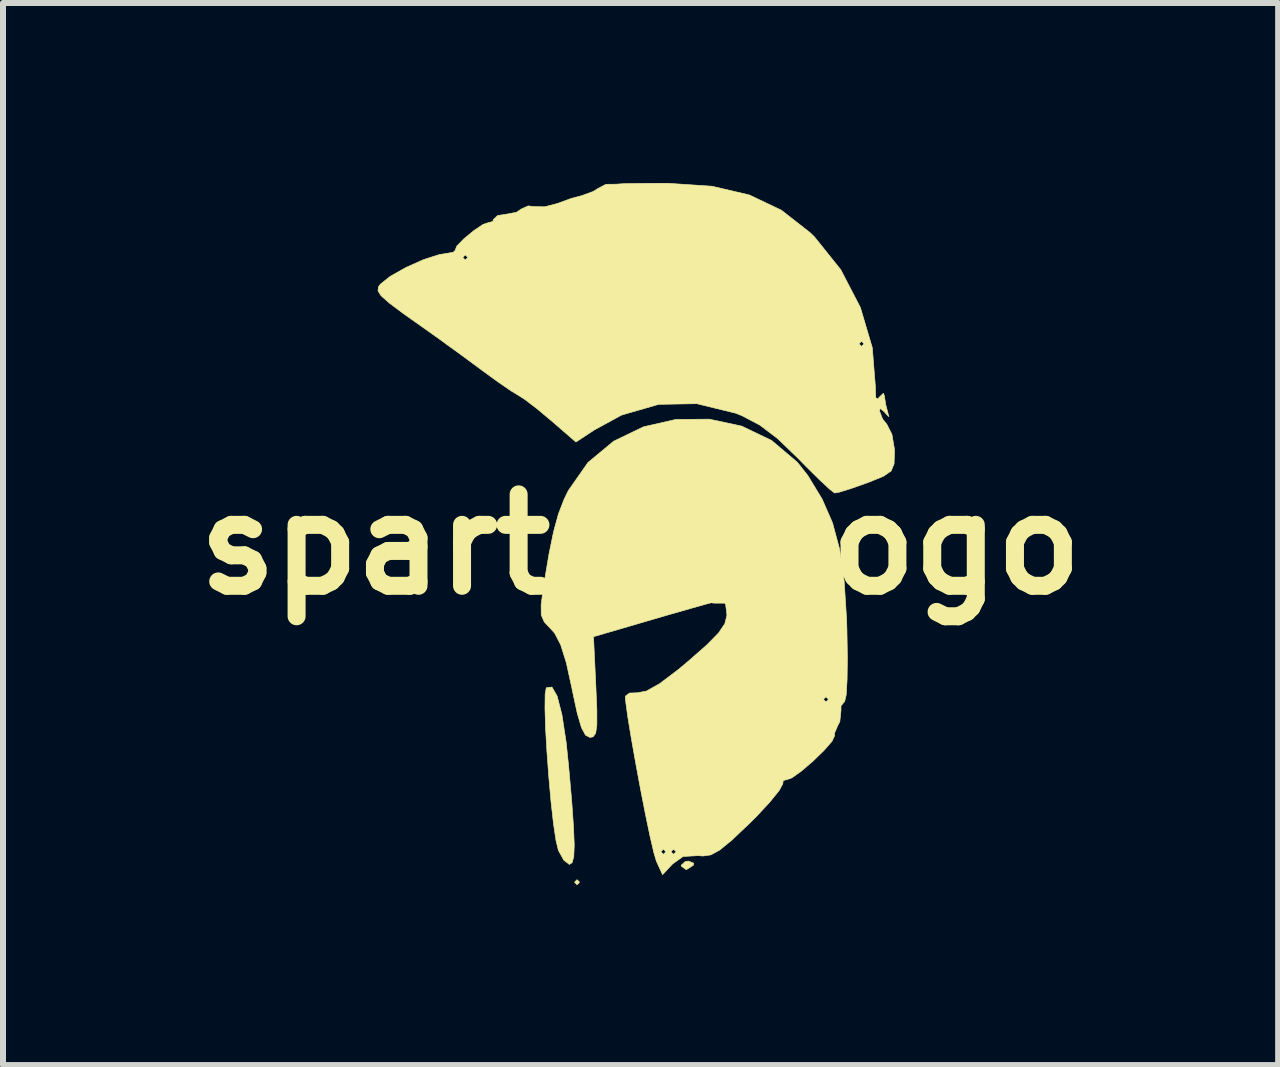
<source format=kicad_pcb>
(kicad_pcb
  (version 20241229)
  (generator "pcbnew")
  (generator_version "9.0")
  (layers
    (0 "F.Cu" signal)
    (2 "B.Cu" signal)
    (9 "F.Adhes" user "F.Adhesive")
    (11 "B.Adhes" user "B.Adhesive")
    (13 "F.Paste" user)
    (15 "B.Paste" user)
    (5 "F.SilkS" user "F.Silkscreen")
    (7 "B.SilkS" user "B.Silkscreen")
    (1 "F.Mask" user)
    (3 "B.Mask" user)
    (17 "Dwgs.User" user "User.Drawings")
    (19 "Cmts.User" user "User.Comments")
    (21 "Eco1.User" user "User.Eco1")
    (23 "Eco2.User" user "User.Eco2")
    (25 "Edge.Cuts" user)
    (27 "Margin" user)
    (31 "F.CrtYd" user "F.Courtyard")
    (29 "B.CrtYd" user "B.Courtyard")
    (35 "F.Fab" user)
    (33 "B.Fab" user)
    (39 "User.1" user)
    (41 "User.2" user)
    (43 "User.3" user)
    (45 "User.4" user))
  (footprint "spartan_logo"
    (layer "F.Cu")
    (at 7.627 6.025)
    (property "Reference" "spartan_logo" (at 0 0 0) (layer "F.SilkS") (effects (font (size 1.524 1.524) (thickness 0.3))))
    (attr through_hole)
    (fp_poly (pts (xy -1.016 5.63) (xy -1.058 5.673) (xy -1.101 5.63) (xy -1.058 5.588) (xy -1.016 5.63)) (stroke (width 0.01) (type solid)) (fill yes) (layer "F.SilkS"))
    (fp_poly (pts (xy 0.886 5.314) (xy 0.88 5.348) (xy 0.769 5.418) (xy 0.757 5.419) (xy 0.679 5.362) (xy 0.677 5.348) (xy 0.746 5.285) (xy 0.801 5.278) (xy 0.886 5.314)) (stroke (width 0.01) (type solid)) (fill yes) (layer "F.SilkS"))
    (fp_poly (pts (xy -1.39 2.528) (xy -1.31 2.839) (xy -1.239 3.304) (xy -1.198 3.703) (xy -1.147 4.282) (xy -1.117 4.712) (xy -1.105 5.012) (xy -1.113 5.203) (xy -1.14 5.304) (xy -1.186 5.334) (xy -1.187 5.334) (xy -1.278 5.264) (xy -1.369 5.101) (xy -1.409 4.937) (xy -1.451 4.655) (xy -1.492 4.291) (xy -1.529 3.88) (xy -1.56 3.459) (xy -1.583 3.064) (xy -1.593 2.73) (xy -1.59 2.492) (xy -1.571 2.389) (xy -1.477 2.377) (xy -1.39 2.528)) (stroke (width 0.01) (type solid)) (fill yes) (layer "F.SilkS"))
    (fp_poly (pts (xy 0.452 -6.02) (xy 1.19 -5.971) (xy 1.812 -5.826) (xy 2.347 -5.572) (xy 2.824 -5.199) (xy 2.899 -5.127) (xy 3.338 -4.579) (xy 3.665 -3.949) (xy 3.863 -3.279) (xy 3.915 -2.627) (xy 3.92 -2.448) (xy 3.957 -2.424) (xy 3.983 -2.458) (xy 4.048 -2.52) (xy 4.063 -2.483) (xy 4.089 -2.322) (xy 4.114 -2.229) (xy 4.139 -2.129) (xy 4.09 -2.178) (xy 4.073 -2.201) (xy 3.998 -2.267) (xy 3.981 -2.229) (xy 4.034 -2.092) (xy 4.106 -2.002) (xy 4.19 -1.836) (xy 4.232 -1.589) (xy 4.233 -1.536) (xy 4.226 -1.344) (xy 4.178 -1.225) (xy 4.051 -1.137) (xy 3.808 -1.038) (xy 3.764 -1.022) (xy 3.504 -0.93) (xy 3.309 -0.87) (xy 3.235 -0.857) (xy 3.154 -0.919) (xy 2.985 -1.076) (xy 2.758 -1.3) (xy 2.625 -1.436) (xy 2.285 -1.764) (xy 1.99 -1.988) (xy 1.692 -2.145) (xy 1.584 -2.188) (xy 0.938 -2.346) (xy 0.304 -2.335) (xy -0.314 -2.157) (xy -0.771 -1.908) (xy -1.077 -1.707) (xy -1.491 -2.066) (xy -1.726 -2.262) (xy -1.925 -2.414) (xy -2.032 -2.483) (xy -2.159 -2.56) (xy -2.376 -2.709) (xy -2.639 -2.9) (xy -2.667 -2.921) (xy -2.995 -3.163) (xy -3.245 -3.344) (xy 3.641 -3.344) (xy 3.683 -3.302) (xy 3.725 -3.344) (xy 3.683 -3.387) (xy 3.641 -3.344) (xy -3.245 -3.344) (xy -3.342 -3.415) (xy -3.598 -3.597) (xy -3.955 -3.849) (xy -4.19 -4.025) (xy -4.325 -4.145) (xy -4.377 -4.228) (xy -4.368 -4.294) (xy -4.339 -4.336) (xy -4.172 -4.469) (xy -3.908 -4.618) (xy -3.613 -4.749) (xy -3.504 -4.784) (xy -2.963 -4.784) (xy -2.921 -4.741) (xy -2.879 -4.784) (xy -2.921 -4.826) (xy -2.963 -4.784) (xy -3.504 -4.784) (xy -3.353 -4.832) (xy -3.276 -4.844) (xy -3.126 -4.869) (xy -3.092 -4.898) (xy -3.064 -4.972) (xy -2.943 -5.096) (xy -2.779 -5.231) (xy -2.624 -5.335) (xy -2.526 -5.367) (xy -2.522 -5.365) (xy -2.459 -5.387) (xy -2.455 -5.414) (xy -2.383 -5.482) (xy -2.249 -5.503) (xy -2.068 -5.536) (xy -1.988 -5.591) (xy -1.873 -5.643) (xy -1.782 -5.632) (xy -1.598 -5.628) (xy -1.387 -5.683) (xy -1.156 -5.767) (xy -0.98 -5.814) (xy -0.788 -5.884) (xy -0.714 -5.931) (xy -0.581 -6.001) (xy -0.538 -6.004) (xy -0.39 -6.005) (xy -0.381 -6.007) (xy -0.263 -6.014) (xy -0.019 -6.018) (xy 0.305 -6.02) (xy 0.452 -6.02)) (stroke (width 0.01) (type solid)) (fill yes) (layer "F.SilkS"))
    (fp_poly (pts (xy 1.687 -1.972) (xy 2.185 -1.733) (xy 2.614 -1.37) (xy 2.789 -1.148) (xy 3.026 -0.758) (xy 3.2 -0.36) (xy 3.319 0.082) (xy 3.394 0.608) (xy 3.435 1.255) (xy 3.44 1.418) (xy 3.448 1.883) (xy 3.443 2.255) (xy 3.428 2.508) (xy 3.402 2.621) (xy 3.395 2.625) (xy 3.341 2.693) (xy 3.341 2.773) (xy 3.322 2.954) (xy 3.288 3.018) (xy 3.232 3.149) (xy 3.235 3.187) (xy 3.193 3.279) (xy 3.06 3.432) (xy 2.877 3.61) (xy 2.684 3.776) (xy 2.521 3.892) (xy 2.429 3.924) (xy 2.426 3.922) (xy 2.378 3.937) (xy 2.371 3.99) (xy 2.313 4.099) (xy 2.158 4.291) (xy 1.934 4.533) (xy 1.796 4.669) (xy 1.517 4.933) (xy 1.32 5.094) (xy 1.172 5.175) (xy 1.039 5.194) (xy 0.961 5.187) (xy 0.708 5.202) (xy 0.533 5.327) (xy 0.367 5.505) (xy 0.263 5.277) (xy 0.221 5.135) (xy 0.218 5.122) (xy 0.339 5.122) (xy 0.381 5.165) (xy 0.423 5.122) (xy 0.508 5.122) (xy 0.55 5.165) (xy 0.593 5.122) (xy 0.55 5.08) (xy 0.508 5.122) (xy 0.423 5.122) (xy 0.381 5.08) (xy 0.339 5.122) (xy 0.218 5.122) (xy 0.158 4.863) (xy 0.082 4.5) (xy 0.000444 4.082) (xy -0.08 3.649) (xy -0.153 3.237) (xy -0.211 2.885) (xy -0.246 2.63) (xy -0.25 2.582) (xy 3.048 2.582) (xy 3.09 2.625) (xy 3.133 2.582) (xy 3.09 2.54) (xy 3.048 2.582) (xy -0.25 2.582) (xy -0.254 2.53) (xy -0.183 2.477) (xy -0.054 2.473) (xy 0.099 2.444) (xy 0.321 2.319) (xy 0.63 2.085) (xy 0.793 1.949) (xy 1.104 1.676) (xy 1.301 1.475) (xy 1.405 1.321) (xy 1.439 1.185) (xy 1.439 1.166) (xy 1.418 0.996) (xy 1.37 0.931) (xy 1.324 0.937) (xy 1.233 0.957) (xy 1.076 0.999) (xy 0.83 1.069) (xy 0.472 1.171) (xy -0.018 1.314) (xy -0.201 1.368) (xy -0.784 1.538) (xy -0.744 2.378) (xy -0.728 2.764) (xy -0.728 3.011) (xy -0.748 3.148) (xy -0.791 3.207) (xy -0.843 3.217) (xy -0.917 3.18) (xy -0.985 3.053) (xy -1.056 2.809) (xy -1.139 2.424) (xy -1.143 2.401) (xy -1.238 1.969) (xy -1.331 1.673) (xy -1.431 1.48) (xy -1.501 1.402) (xy -1.605 1.292) (xy -1.655 1.177) (xy -1.657 1.007) (xy -1.621 0.73) (xy -1.612 0.673) (xy -1.527 0.165) (xy -1.449 -0.215) (xy -1.369 -0.507) (xy -1.275 -0.751) (xy -1.204 -0.897) (xy -0.876 -1.366) (xy -0.448 -1.721) (xy 0.05 -1.961) (xy 0.591 -2.084) (xy 1.146 -2.088) (xy 1.687 -1.972)) (stroke (width 0.01) (type solid)) (fill yes) (layer "F.SilkS")))
  (gr_rect
    (start -3 -3)
    (end 18.255 14.703)
    (stroke (width 0.1) (type default))
    (fill no)
    (layer "Edge.Cuts")))
</source>
